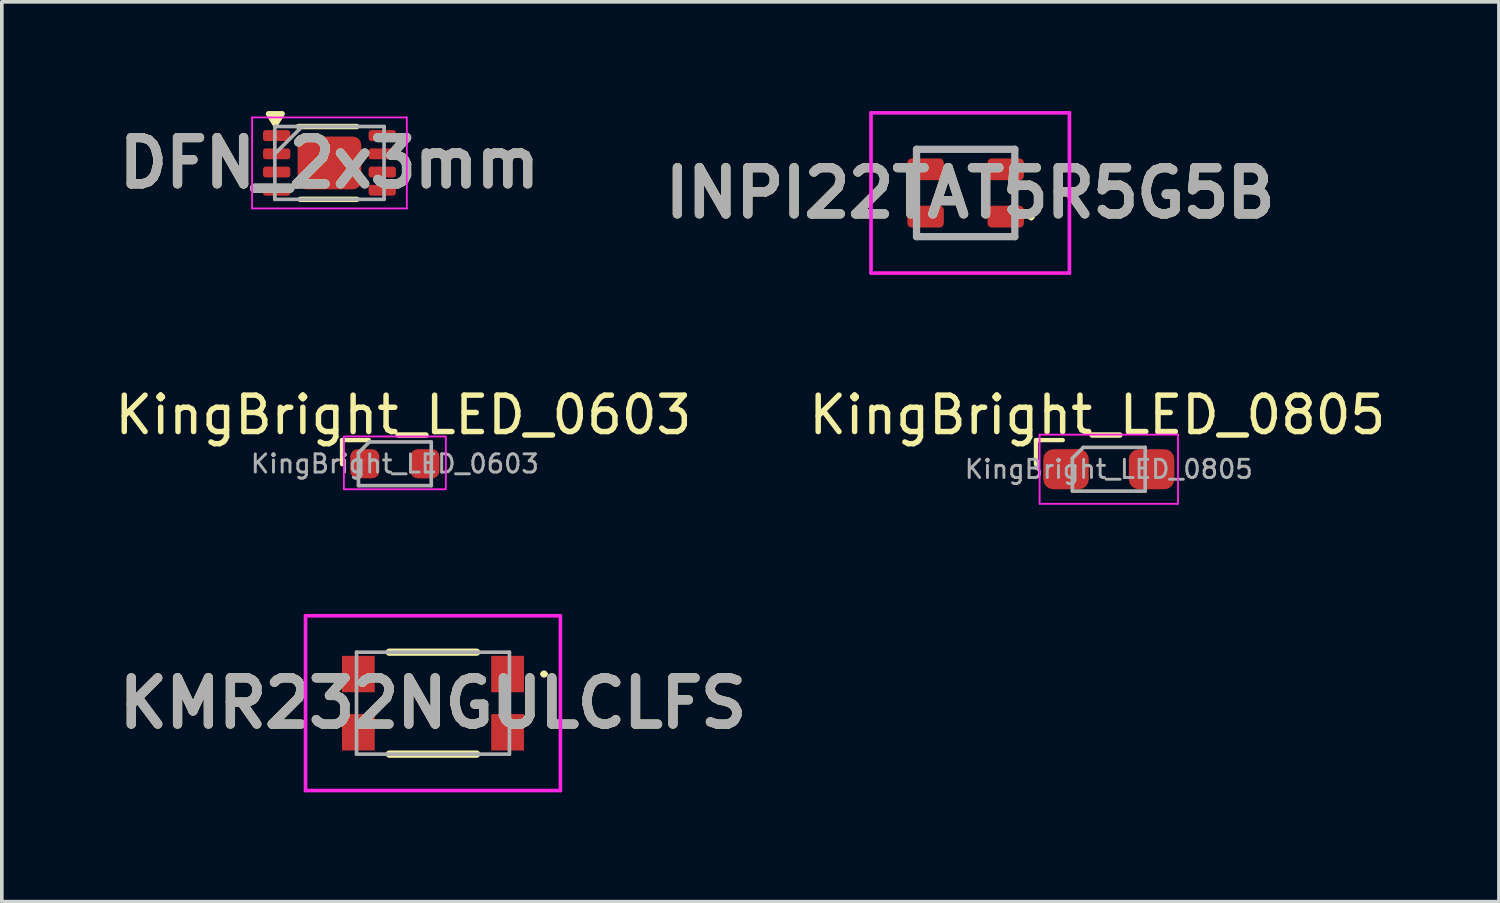
<source format=kicad_pcb>
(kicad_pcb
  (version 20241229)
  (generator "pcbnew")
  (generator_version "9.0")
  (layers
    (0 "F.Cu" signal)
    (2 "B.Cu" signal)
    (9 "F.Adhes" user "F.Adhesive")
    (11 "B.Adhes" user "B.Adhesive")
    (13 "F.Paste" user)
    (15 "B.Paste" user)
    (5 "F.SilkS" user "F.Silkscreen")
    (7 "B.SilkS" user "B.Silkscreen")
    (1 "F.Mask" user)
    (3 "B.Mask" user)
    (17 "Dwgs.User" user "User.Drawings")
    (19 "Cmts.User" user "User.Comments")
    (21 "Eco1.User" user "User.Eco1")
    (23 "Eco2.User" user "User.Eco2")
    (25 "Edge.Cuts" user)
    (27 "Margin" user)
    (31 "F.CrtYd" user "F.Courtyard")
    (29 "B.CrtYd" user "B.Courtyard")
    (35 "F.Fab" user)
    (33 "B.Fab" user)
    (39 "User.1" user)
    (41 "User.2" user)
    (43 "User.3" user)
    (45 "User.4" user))
  (footprint "INPI22TAT5R5G5B"
    (layer "F.Cu")
    (at 23.473 2.25)
    (property "Reference" "INPI22TAT5R5G5B" (at 0.125 0 0) (layer "F.SilkS") (effects (font (size 1.27 1.27) (thickness 0.254))))
    (attr smd)
    (fp_line (start -1.35 -1.2) (end 1.35 -1.2) (stroke (width 0.1) (type solid)) (layer "F.SilkS"))
    (fp_line (start -1.35 -0.2) (end -1.35 0.2) (stroke (width 0.1) (type solid)) (layer "F.SilkS"))
    (fp_line (start -1.35 1.2) (end 1.35 1.2) (stroke (width 0.1) (type solid)) (layer "F.SilkS"))
    (fp_line (start 1.35 -0.2) (end 1.35 0.2) (stroke (width 0.1) (type solid)) (layer "F.SilkS"))
    (fp_line (start 1.8 0.6) (end 1.8 0.6) (stroke (width 0.1) (type solid)) (layer "F.SilkS"))
    (fp_line (start 1.8 0.7) (end 1.8 0.7) (stroke (width 0.1) (type solid)) (layer "F.SilkS"))
    (fp_arc (start 1.8 0.6) (mid 1.85 0.65) (end 1.8 0.7) (stroke (width 0.1) (type solid)) (layer "F.SilkS"))
    (fp_arc (start 1.8 0.7) (mid 1.75 0.65) (end 1.8 0.6) (stroke (width 0.1) (type solid)) (layer "F.SilkS"))
    (fp_line (start -2.6 -2.2) (end 2.85 -2.2) (stroke (width 0.1) (type solid)) (layer "F.CrtYd"))
    (fp_line (start -2.6 2.2) (end -2.6 -2.2) (stroke (width 0.1) (type solid)) (layer "F.CrtYd"))
    (fp_line (start 2.85 -2.2) (end 2.85 2.2) (stroke (width 0.1) (type solid)) (layer "F.CrtYd"))
    (fp_line (start 2.85 2.2) (end -2.6 2.2) (stroke (width 0.1) (type solid)) (layer "F.CrtYd"))
    (fp_line (start -1.35 -1.2) (end 1.35 -1.2) (stroke (width 0.2) (type solid)) (layer "F.Fab"))
    (fp_line (start -1.35 1.2) (end -1.35 -1.2) (stroke (width 0.2) (type solid)) (layer "F.Fab"))
    (fp_line (start 1.35 -1.2) (end 1.35 1.2) (stroke (width 0.2) (type solid)) (layer "F.Fab"))
    (fp_line (start 1.35 1.2) (end -1.35 1.2) (stroke (width 0.2) (type solid)) (layer "F.Fab"))
    (fp_text user "${REFERENCE}" (at 0.125 0 0) (layer "F.Fab") (effects (font (size 1.27 1.27) (thickness 0.254))))
    (pad "1" smd roundrect (at 1.1 0.65 90) (size 0.6 1) (layers "F.Cu" "F.Mask" "F.Paste") (roundrect_rratio 0.2))
    (pad "2" smd roundrect (at 1.1 -0.65 90) (size 0.6 1) (layers "F.Cu" "F.Mask" "F.Paste") (roundrect_rratio 0.2))
    (pad "3" smd roundrect (at -1.1 -0.65 90) (size 0.6 1) (layers "F.Cu" "F.Mask" "F.Paste") (roundrect_rratio 0.2))
    (pad "4" smd roundrect (at -1.1 0.65 90) (size 0.6 1) (layers "F.Cu" "F.Mask" "F.Paste") (roundrect_rratio 0.2)))
  (footprint "KingBright_LED_0805"
    (layer "F.Cu")
    (at 27.404 9.838)
    (property "Reference" "KingBright_LED_0805" (at -0.315 -1.49 0) (layer "F.SilkS") (effects (font (size 1 1) (thickness 0.15))))
    (attr smd)
    (fp_line (start -2 -0.8) (end -2 -0.14) (stroke (width 0.12) (type solid)) (layer "F.SilkS"))
    (fp_line (start -1.265 -0.8) (end -2 -0.8) (stroke (width 0.12) (type solid)) (layer "F.SilkS"))
    (fp_line (start -1.9 -0.95) (end 1.9 -0.95) (stroke (width 0.05) (type solid)) (layer "F.CrtYd"))
    (fp_line (start -1.9 0.95) (end -1.9 -0.95) (stroke (width 0.05) (type solid)) (layer "F.CrtYd"))
    (fp_line (start 1.9 -0.95) (end 1.9 0.95) (stroke (width 0.05) (type solid)) (layer "F.CrtYd"))
    (fp_line (start 1.9 0.95) (end -1.9 0.95) (stroke (width 0.05) (type solid)) (layer "F.CrtYd"))
    (fp_line (start -1 -0.3) (end -1 0.6) (stroke (width 0.1) (type solid)) (layer "F.Fab"))
    (fp_line (start -1 0.6) (end 1 0.6) (stroke (width 0.1) (type solid)) (layer "F.Fab"))
    (fp_line (start -0.7 -0.6) (end -1 -0.3) (stroke (width 0.1) (type solid)) (layer "F.Fab"))
    (fp_line (start 1 -0.6) (end -0.7 -0.6) (stroke (width 0.1) (type solid)) (layer "F.Fab"))
    (fp_line (start 1 0.6) (end 1 -0.6) (stroke (width 0.1) (type solid)) (layer "F.Fab"))
    (fp_text user "${REFERENCE}" (at 0 0 0) (layer "F.Fab") (effects (font (size 0.5 0.5) (thickness 0.08))))
    (pad "1" smd roundrect (at -1.175 0) (size 1.25 1.1) (layers "F.Cu" "F.Mask" "F.Paste") (roundrect_rratio 0.25))
    (pad "2" smd roundrect (at 1.175 0) (size 1.25 1.1) (layers "F.Cu" "F.Mask" "F.Paste") (roundrect_rratio 0.25)))
  (footprint "KMR232NGULCLFS"
    (layer "F.Cu")
    (at 8.842 16.263)
    (property "Reference" "KMR232NGULCLFS" (at 0 0 0) (layer "F.SilkS") (effects (font (size 1.27 1.27) (thickness 0.254))))
    (attr smd)
    (fp_line (start -1.2 -1.4) (end 1.2 -1.4) (stroke (width 0.2) (type solid)) (layer "F.SilkS"))
    (fp_line (start -1.2 1.4) (end 1.2 1.4) (stroke (width 0.2) (type solid)) (layer "F.SilkS"))
    (fp_line (start 3 -0.8) (end 3 -0.8) (stroke (width 0.1) (type solid)) (layer "F.SilkS"))
    (fp_line (start 3.1 -0.8) (end 3.1 -0.8) (stroke (width 0.1) (type solid)) (layer "F.SilkS"))
    (fp_arc (start 3 -0.8) (mid 3.05 -0.85) (end 3.1 -0.8) (stroke (width 0.1) (type solid)) (layer "F.SilkS"))
    (fp_arc (start 3.1 -0.8) (mid 3.05 -0.75) (end 3 -0.8) (stroke (width 0.1) (type solid)) (layer "F.SilkS"))
    (fp_line (start -3.5 -2.4) (end 3.5 -2.4) (stroke (width 0.1) (type solid)) (layer "F.CrtYd"))
    (fp_line (start -3.5 2.4) (end -3.5 -2.4) (stroke (width 0.1) (type solid)) (layer "F.CrtYd"))
    (fp_line (start 3.5 -2.4) (end 3.5 2.4) (stroke (width 0.1) (type solid)) (layer "F.CrtYd"))
    (fp_line (start 3.5 2.4) (end -3.5 2.4) (stroke (width 0.1) (type solid)) (layer "F.CrtYd"))
    (fp_line (start -2.1 -1.4) (end 2.1 -1.4) (stroke (width 0.1) (type solid)) (layer "F.Fab"))
    (fp_line (start -2.1 1.4) (end -2.1 -1.4) (stroke (width 0.1) (type solid)) (layer "F.Fab"))
    (fp_line (start 2.1 -1.4) (end 2.1 1.4) (stroke (width 0.1) (type solid)) (layer "F.Fab"))
    (fp_line (start 2.1 1.4) (end -2.1 1.4) (stroke (width 0.1) (type solid)) (layer "F.Fab"))
    (fp_text user "${REFERENCE}" (at 0 0 0) (layer "F.Fab") (effects (font (size 1.27 1.27) (thickness 0.254))))
    (pad "1" smd rect (at 2.05 -0.8) (size 0.9 1) (layers "F.Cu" "F.Mask" "F.Paste"))
    (pad "2" smd rect (at 2.05 0.8) (size 0.9 1) (layers "F.Cu" "F.Mask" "F.Paste"))
    (pad "3" smd rect (at -2.05 0.8) (size 0.9 1) (layers "F.Cu" "F.Mask" "F.Paste"))
    (pad "4" smd rect (at -2.05 -0.8) (size 0.9 1) (layers "F.Cu" "F.Mask" "F.Paste")))
  (footprint "KingBright_LED_0603"
    (layer "F.Cu")
    (at 7.795 9.688)
    (property "Reference" "KingBright_LED_0603" (at 0.235 -1.34 0) (layer "F.SilkS") (effects (font (size 1 1) (thickness 0.15))))
    (attr smd)
    (fp_line (start -1.45 -0.65) (end -1.45 0.01) (stroke (width 0.12) (type solid)) (layer "F.SilkS"))
    (fp_line (start -0.715 -0.65) (end -1.45 -0.65) (stroke (width 0.12) (type solid)) (layer "F.SilkS"))
    (fp_rect (start -1.4 -0.75) (end 1.4 0.7) (stroke (width 0.05) (type default)) (fill no) (layer "F.CrtYd"))
    (fp_line (start -1 -0.3) (end -1 0.6) (stroke (width 0.1) (type solid)) (layer "F.Fab"))
    (fp_line (start -1 0.6) (end 1 0.6) (stroke (width 0.1) (type solid)) (layer "F.Fab"))
    (fp_line (start -0.7 -0.6) (end -1 -0.3) (stroke (width 0.1) (type solid)) (layer "F.Fab"))
    (fp_line (start 1 -0.6) (end -0.7 -0.6) (stroke (width 0.1) (type solid)) (layer "F.Fab"))
    (fp_line (start 1 0.6) (end 1 -0.6) (stroke (width 0.1) (type solid)) (layer "F.Fab"))
    (fp_text user "${REFERENCE}" (at 0 0 0) (layer "F.Fab") (effects (font (size 0.5 0.5) (thickness 0.08))))
    (pad "1" smd roundrect (at -0.825 0) (size 0.8 0.8) (layers "F.Cu" "F.Mask" "F.Paste") (roundrect_rratio 0.25))
    (pad "2" smd roundrect (at 0.825 0) (size 0.8 0.8) (layers "F.Cu" "F.Mask" "F.Paste") (roundrect_rratio 0.25)))
  (footprint "DFN_2x3mm"
    (layer "F.Cu")
    (at 5.999 1.425)
    (property "Reference" "DFN_2x3mm" (at 0 0 0) (layer "F.SilkS") (effects (font (size 1.27 1.27) (thickness 0.254))))
    (attr smd)
    (fp_line (start -0.85 -1) (end 0.75 -1) (stroke (width 0.15) (type default)) (layer "F.SilkS"))
    (fp_line (start -0.8 1) (end 0.75 1) (stroke (width 0.15) (type default)) (layer "F.SilkS"))
    (fp_poly (pts (xy -1.487 -1.053) (xy -1.3 -1.35) (xy -1.674 -1.35)) (stroke (width 0.15) (type solid)) (fill yes) (layer "F.SilkS"))
    (fp_line (start -2.125 -1.25) (end 2.125 -1.25) (stroke (width 0.05) (type solid)) (layer "F.CrtYd"))
    (fp_line (start -2.125 1.25) (end -2.125 -1.25) (stroke (width 0.05) (type solid)) (layer "F.CrtYd"))
    (fp_line (start 2.125 -1.25) (end 2.125 1.25) (stroke (width 0.05) (type solid)) (layer "F.CrtYd"))
    (fp_line (start 2.125 1.25) (end -2.125 1.25) (stroke (width 0.05) (type solid)) (layer "F.CrtYd"))
    (fp_line (start -1.5 -1) (end 1.5 -1) (stroke (width 0.1) (type solid)) (layer "F.Fab"))
    (fp_line (start -1.5 -0.25) (end -0.75 -1) (stroke (width 0.1) (type solid)) (layer "F.Fab"))
    (fp_line (start -1.5 1) (end -1.5 -1) (stroke (width 0.1) (type solid)) (layer "F.Fab"))
    (fp_line (start 1.5 -1) (end 1.5 1) (stroke (width 0.1) (type solid)) (layer "F.Fab"))
    (fp_line (start 1.5 1) (end -1.5 1) (stroke (width 0.1) (type solid)) (layer "F.Fab"))
    (fp_text user "${REFERENCE}" (at 0 0 0) (layer "F.Fab") (effects (font (size 1.27 1.27) (thickness 0.254))))
    (pad "1" smd roundrect (at -1.45 -0.75 90) (size 0.3 0.75) (layers "F.Cu" "F.Mask" "F.Paste") (roundrect_rratio 0.25))
    (pad "2" smd roundrect (at -1.45 -0.25 90) (size 0.3 0.75) (layers "F.Cu" "F.Mask" "F.Paste") (roundrect_rratio 0.25))
    (pad "3" smd roundrect (at -1.45 0.25 90) (size 0.3 0.75) (layers "F.Cu" "F.Mask" "F.Paste") (roundrect_rratio 0.25))
    (pad "4" smd roundrect (at -1.45 0.75 90) (size 0.3 0.75) (layers "F.Cu" "F.Mask" "F.Paste") (roundrect_rratio 0.25))
    (pad "5" smd roundrect (at 1.45 0.75 90) (size 0.3 0.75) (layers "F.Cu" "F.Mask" "F.Paste") (roundrect_rratio 0.25))
    (pad "6" smd roundrect (at 1.45 0.25 90) (size 0.3 0.75) (layers "F.Cu" "F.Mask" "F.Paste") (roundrect_rratio 0.25))
    (pad "7" smd roundrect (at 1.45 -0.25 90) (size 0.3 0.75) (layers "F.Cu" "F.Mask" "F.Paste") (roundrect_rratio 0.25))
    (pad "8" smd roundrect (at 1.45 -0.75 90) (size 0.3 0.75) (layers "F.Cu" "F.Mask" "F.Paste") (roundrect_rratio 0.25))
    (pad "9" smd roundrect (at 0 0 90) (size 1.45 1.75) (layers "F.Cu" "F.Mask" "F.Paste") (roundrect_rratio 0.161)))
  (gr_rect
    (start -3 -3)
    (end 38.119 21.713)
    (stroke (width 0.1) (type default))
    (fill no)
    (layer "Edge.Cuts")))
</source>
